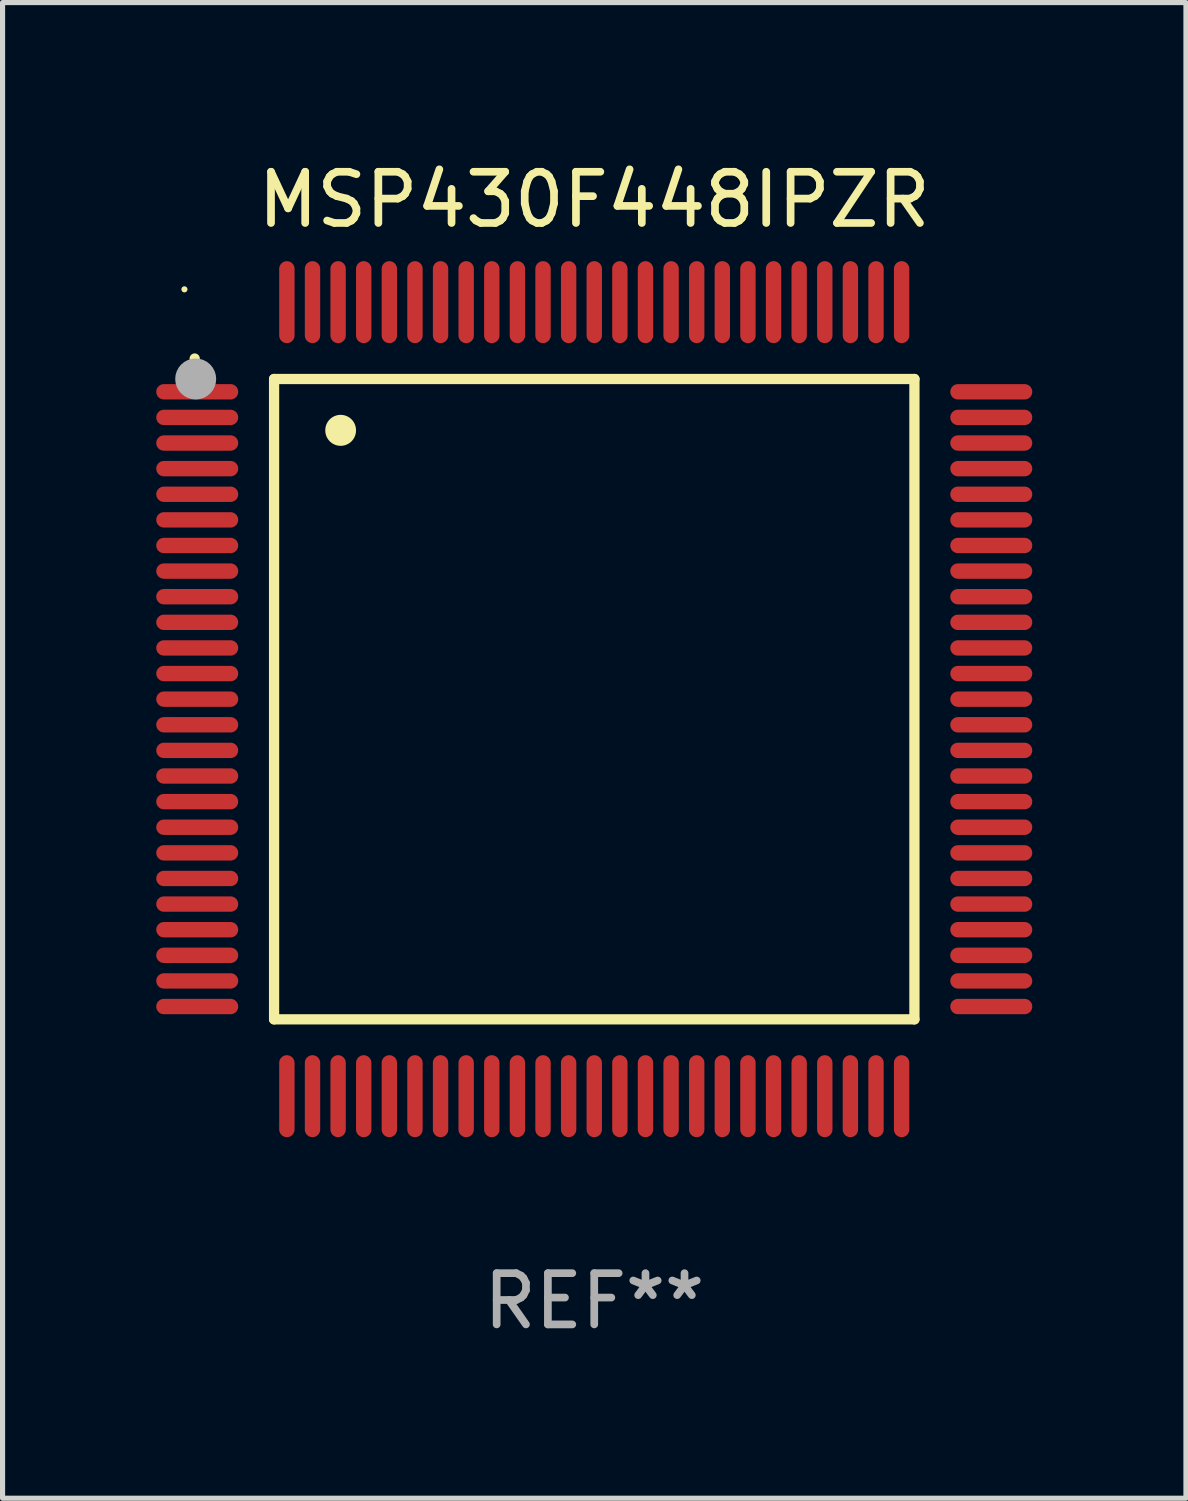
<source format=kicad_pcb>
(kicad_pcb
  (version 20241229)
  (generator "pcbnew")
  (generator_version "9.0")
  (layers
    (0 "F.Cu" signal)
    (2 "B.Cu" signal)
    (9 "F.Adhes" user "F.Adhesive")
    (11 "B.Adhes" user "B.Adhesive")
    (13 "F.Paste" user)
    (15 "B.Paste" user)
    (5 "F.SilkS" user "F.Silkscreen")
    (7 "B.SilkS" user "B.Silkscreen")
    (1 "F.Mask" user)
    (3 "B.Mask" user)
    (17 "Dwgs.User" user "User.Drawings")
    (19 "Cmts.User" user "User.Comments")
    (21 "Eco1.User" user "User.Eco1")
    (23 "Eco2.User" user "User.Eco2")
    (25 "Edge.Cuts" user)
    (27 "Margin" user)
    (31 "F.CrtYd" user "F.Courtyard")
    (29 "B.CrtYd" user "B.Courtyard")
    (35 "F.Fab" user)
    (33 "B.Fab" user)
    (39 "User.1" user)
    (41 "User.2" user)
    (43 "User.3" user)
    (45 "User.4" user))
  (footprint "MSP430F448IPZR"
    (layer "F.Cu")
    (at 8.55 10.598)
    (property "Reference" "MSP430F448IPZR" (at 0 -9.75 0) (layer "F.SilkS") (effects (font (size 1 1) (thickness 0.15))))
    (attr through_hole)
    (fp_line (start -6.25 -6.25) (end -6.25 6.25) (stroke (width 0.2) (type solid)) (layer "F.SilkS"))
    (fp_line (start -6.25 6.25) (end 6.25 6.25) (stroke (width 0.2) (type solid)) (layer "F.SilkS"))
    (fp_line (start 6.25 -6.25) (end -6.25 -6.25) (stroke (width 0.2) (type solid)) (layer "F.SilkS"))
    (fp_line (start 6.25 6.25) (end 6.25 -6.25) (stroke (width 0.2) (type solid)) (layer "F.SilkS"))
    (fp_arc (start -7.799568 -6.647625) (mid -7.799571 -6.648463) (end -7.799568 -6.649301) (stroke (width 0.2) (type solid)) (layer "F.SilkS"))
    (fp_arc (start -4.95047 -5.245111) (mid -4.950481 -5.247651) (end -4.95047 -5.250191) (stroke (width 0.6) (type solid)) (layer "F.SilkS"))
    (fp_circle (center -8 -8) (end -7.97 -8) (stroke (width 0.06) (type solid)) (fill no) (layer "F.SilkS"))
    (fp_circle (center -7.78 -6.25) (end -7.58 -6.25) (stroke (width 0.4) (type solid)) (fill no) (layer "F.Fab"))
    (fp_text user "REF**" (at 0 11.75 0) (layer "F.Fab") (effects (font (size 1 1) (thickness 0.15))))
    (pad "1" smd oval (at -7.75 -6 90) (size 0.3 1.6) (layers "F.Cu" "F.Mask" "F.Paste"))
    (pad "2" smd oval (at -7.75 -5.5 90) (size 0.3 1.6) (layers "F.Cu" "F.Mask" "F.Paste"))
    (pad "3" smd oval (at -7.75 -5 90) (size 0.3 1.6) (layers "F.Cu" "F.Mask" "F.Paste"))
    (pad "4" smd oval (at -7.75 -4.5 90) (size 0.3 1.6) (layers "F.Cu" "F.Mask" "F.Paste"))
    (pad "5" smd oval (at -7.75 -4 90) (size 0.3 1.6) (layers "F.Cu" "F.Mask" "F.Paste"))
    (pad "6" smd oval (at -7.75 -3.5 90) (size 0.3 1.6) (layers "F.Cu" "F.Mask" "F.Paste"))
    (pad "7" smd oval (at -7.75 -3 90) (size 0.3 1.6) (layers "F.Cu" "F.Mask" "F.Paste"))
    (pad "8" smd oval (at -7.75 -2.5 90) (size 0.3 1.6) (layers "F.Cu" "F.Mask" "F.Paste"))
    (pad "9" smd oval (at -7.75 -2 90) (size 0.3 1.6) (layers "F.Cu" "F.Mask" "F.Paste"))
    (pad "10" smd oval (at -7.75 -1.5 90) (size 0.3 1.6) (layers "F.Cu" "F.Mask" "F.Paste"))
    (pad "11" smd oval (at -7.75 -1 90) (size 0.3 1.6) (layers "F.Cu" "F.Mask" "F.Paste"))
    (pad "12" smd oval (at -7.75 -0.5 90) (size 0.3 1.6) (layers "F.Cu" "F.Mask" "F.Paste"))
    (pad "13" smd oval (at -7.75 0 90) (size 0.3 1.6) (layers "F.Cu" "F.Mask" "F.Paste"))
    (pad "14" smd oval (at -7.75 0.5 90) (size 0.3 1.6) (layers "F.Cu" "F.Mask" "F.Paste"))
    (pad "15" smd oval (at -7.75 1 90) (size 0.3 1.6) (layers "F.Cu" "F.Mask" "F.Paste"))
    (pad "16" smd oval (at -7.75 1.5 90) (size 0.3 1.6) (layers "F.Cu" "F.Mask" "F.Paste"))
    (pad "17" smd oval (at -7.75 2 90) (size 0.3 1.6) (layers "F.Cu" "F.Mask" "F.Paste"))
    (pad "18" smd oval (at -7.75 2.5 90) (size 0.3 1.6) (layers "F.Cu" "F.Mask" "F.Paste"))
    (pad "19" smd oval (at -7.75 3 90) (size 0.3 1.6) (layers "F.Cu" "F.Mask" "F.Paste"))
    (pad "20" smd oval (at -7.75 3.5 90) (size 0.3 1.6) (layers "F.Cu" "F.Mask" "F.Paste"))
    (pad "21" smd oval (at -7.75 4 90) (size 0.3 1.6) (layers "F.Cu" "F.Mask" "F.Paste"))
    (pad "22" smd oval (at -7.75 4.5 90) (size 0.3 1.6) (layers "F.Cu" "F.Mask" "F.Paste"))
    (pad "23" smd oval (at -7.75 5 90) (size 0.3 1.6) (layers "F.Cu" "F.Mask" "F.Paste"))
    (pad "24" smd oval (at -7.75 5.5 90) (size 0.3 1.6) (layers "F.Cu" "F.Mask" "F.Paste"))
    (pad "25" smd oval (at -7.75 6 90) (size 0.3 1.6) (layers "F.Cu" "F.Mask" "F.Paste"))
    (pad "26" smd oval (at -6 7.75) (size 0.3 1.6) (layers "F.Cu" "F.Mask" "F.Paste"))
    (pad "27" smd oval (at -5.5 7.75) (size 0.3 1.6) (layers "F.Cu" "F.Mask" "F.Paste"))
    (pad "28" smd oval (at -5 7.75) (size 0.3 1.6) (layers "F.Cu" "F.Mask" "F.Paste"))
    (pad "29" smd oval (at -4.5 7.75) (size 0.3 1.6) (layers "F.Cu" "F.Mask" "F.Paste"))
    (pad "30" smd oval (at -4 7.75) (size 0.3 1.6) (layers "F.Cu" "F.Mask" "F.Paste"))
    (pad "31" smd oval (at -3.5 7.75) (size 0.3 1.6) (layers "F.Cu" "F.Mask" "F.Paste"))
    (pad "32" smd oval (at -3 7.75) (size 0.3 1.6) (layers "F.Cu" "F.Mask" "F.Paste"))
    (pad "33" smd oval (at -2.5 7.75) (size 0.3 1.6) (layers "F.Cu" "F.Mask" "F.Paste"))
    (pad "34" smd oval (at -2 7.75) (size 0.3 1.6) (layers "F.Cu" "F.Mask" "F.Paste"))
    (pad "35" smd oval (at -1.5 7.75) (size 0.3 1.6) (layers "F.Cu" "F.Mask" "F.Paste"))
    (pad "36" smd oval (at -1 7.75) (size 0.3 1.6) (layers "F.Cu" "F.Mask" "F.Paste"))
    (pad "37" smd oval (at -0.5 7.75) (size 0.3 1.6) (layers "F.Cu" "F.Mask" "F.Paste"))
    (pad "38" smd oval (at 0 7.75) (size 0.3 1.6) (layers "F.Cu" "F.Mask" "F.Paste"))
    (pad "39" smd oval (at 0.5 7.75) (size 0.3 1.6) (layers "F.Cu" "F.Mask" "F.Paste"))
    (pad "40" smd oval (at 1 7.75) (size 0.3 1.6) (layers "F.Cu" "F.Mask" "F.Paste"))
    (pad "41" smd oval (at 1.5 7.75) (size 0.3 1.6) (layers "F.Cu" "F.Mask" "F.Paste"))
    (pad "42" smd oval (at 2 7.75) (size 0.3 1.6) (layers "F.Cu" "F.Mask" "F.Paste"))
    (pad "43" smd oval (at 2.5 7.75) (size 0.3 1.6) (layers "F.Cu" "F.Mask" "F.Paste"))
    (pad "44" smd oval (at 3 7.75) (size 0.3 1.6) (layers "F.Cu" "F.Mask" "F.Paste"))
    (pad "45" smd oval (at 3.5 7.75) (size 0.3 1.6) (layers "F.Cu" "F.Mask" "F.Paste"))
    (pad "46" smd oval (at 4 7.75) (size 0.3 1.6) (layers "F.Cu" "F.Mask" "F.Paste"))
    (pad "47" smd oval (at 4.5 7.75) (size 0.3 1.6) (layers "F.Cu" "F.Mask" "F.Paste"))
    (pad "48" smd oval (at 5 7.75) (size 0.3 1.6) (layers "F.Cu" "F.Mask" "F.Paste"))
    (pad "49" smd oval (at 5.5 7.75) (size 0.3 1.6) (layers "F.Cu" "F.Mask" "F.Paste"))
    (pad "50" smd oval (at 6 7.75) (size 0.3 1.6) (layers "F.Cu" "F.Mask" "F.Paste"))
    (pad "51" smd oval (at 7.75 6 90) (size 0.3 1.6) (layers "F.Cu" "F.Mask" "F.Paste"))
    (pad "52" smd oval (at 7.75 5.5 90) (size 0.3 1.6) (layers "F.Cu" "F.Mask" "F.Paste"))
    (pad "53" smd oval (at 7.75 5 90) (size 0.3 1.6) (layers "F.Cu" "F.Mask" "F.Paste"))
    (pad "54" smd oval (at 7.75 4.5 90) (size 0.3 1.6) (layers "F.Cu" "F.Mask" "F.Paste"))
    (pad "55" smd oval (at 7.75 4 90) (size 0.3 1.6) (layers "F.Cu" "F.Mask" "F.Paste"))
    (pad "56" smd oval (at 7.75 3.5 90) (size 0.3 1.6) (layers "F.Cu" "F.Mask" "F.Paste"))
    (pad "57" smd oval (at 7.75 3 90) (size 0.3 1.6) (layers "F.Cu" "F.Mask" "F.Paste"))
    (pad "58" smd oval (at 7.75 2.5 90) (size 0.3 1.6) (layers "F.Cu" "F.Mask" "F.Paste"))
    (pad "59" smd oval (at 7.75 2 90) (size 0.3 1.6) (layers "F.Cu" "F.Mask" "F.Paste"))
    (pad "60" smd oval (at 7.75 1.5 90) (size 0.3 1.6) (layers "F.Cu" "F.Mask" "F.Paste"))
    (pad "61" smd oval (at 7.75 1 90) (size 0.3 1.6) (layers "F.Cu" "F.Mask" "F.Paste"))
    (pad "62" smd oval (at 7.75 0.5 90) (size 0.3 1.6) (layers "F.Cu" "F.Mask" "F.Paste"))
    (pad "63" smd oval (at 7.75 0 90) (size 0.3 1.6) (layers "F.Cu" "F.Mask" "F.Paste"))
    (pad "64" smd oval (at 7.75 -0.5 90) (size 0.3 1.6) (layers "F.Cu" "F.Mask" "F.Paste"))
    (pad "65" smd oval (at 7.75 -1 90) (size 0.3 1.6) (layers "F.Cu" "F.Mask" "F.Paste"))
    (pad "66" smd oval (at 7.75 -1.5 90) (size 0.3 1.6) (layers "F.Cu" "F.Mask" "F.Paste"))
    (pad "67" smd oval (at 7.75 -2 90) (size 0.3 1.6) (layers "F.Cu" "F.Mask" "F.Paste"))
    (pad "68" smd oval (at 7.75 -2.5 90) (size 0.3 1.6) (layers "F.Cu" "F.Mask" "F.Paste"))
    (pad "69" smd oval (at 7.75 -3 90) (size 0.3 1.6) (layers "F.Cu" "F.Mask" "F.Paste"))
    (pad "70" smd oval (at 7.75 -3.5 90) (size 0.3 1.6) (layers "F.Cu" "F.Mask" "F.Paste"))
    (pad "71" smd oval (at 7.75 -4 90) (size 0.3 1.6) (layers "F.Cu" "F.Mask" "F.Paste"))
    (pad "72" smd oval (at 7.75 -4.5 90) (size 0.3 1.6) (layers "F.Cu" "F.Mask" "F.Paste"))
    (pad "73" smd oval (at 7.75 -5 90) (size 0.3 1.6) (layers "F.Cu" "F.Mask" "F.Paste"))
    (pad "74" smd oval (at 7.75 -5.5 90) (size 0.3 1.6) (layers "F.Cu" "F.Mask" "F.Paste"))
    (pad "75" smd oval (at 7.75 -6 90) (size 0.3 1.6) (layers "F.Cu" "F.Mask" "F.Paste"))
    (pad "76" smd oval (at 6 -7.75) (size 0.3 1.6) (layers "F.Cu" "F.Mask" "F.Paste"))
    (pad "77" smd oval (at 5.5 -7.75) (size 0.3 1.6) (layers "F.Cu" "F.Mask" "F.Paste"))
    (pad "78" smd oval (at 5 -7.75) (size 0.3 1.6) (layers "F.Cu" "F.Mask" "F.Paste"))
    (pad "79" smd oval (at 4.5 -7.75) (size 0.3 1.6) (layers "F.Cu" "F.Mask" "F.Paste"))
    (pad "80" smd oval (at 4 -7.75) (size 0.3 1.6) (layers "F.Cu" "F.Mask" "F.Paste"))
    (pad "81" smd oval (at 3.5 -7.75) (size 0.3 1.6) (layers "F.Cu" "F.Mask" "F.Paste"))
    (pad "82" smd oval (at 3 -7.75) (size 0.3 1.6) (layers "F.Cu" "F.Mask" "F.Paste"))
    (pad "83" smd oval (at 2.5 -7.75) (size 0.3 1.6) (layers "F.Cu" "F.Mask" "F.Paste"))
    (pad "84" smd oval (at 2 -7.75) (size 0.3 1.6) (layers "F.Cu" "F.Mask" "F.Paste"))
    (pad "85" smd oval (at 1.5 -7.75) (size 0.3 1.6) (layers "F.Cu" "F.Mask" "F.Paste"))
    (pad "86" smd oval (at 1 -7.75) (size 0.3 1.6) (layers "F.Cu" "F.Mask" "F.Paste"))
    (pad "87" smd oval (at 0.5 -7.75) (size 0.3 1.6) (layers "F.Cu" "F.Mask" "F.Paste"))
    (pad "88" smd oval (at 0 -7.75) (size 0.3 1.6) (layers "F.Cu" "F.Mask" "F.Paste"))
    (pad "89" smd oval (at -0.5 -7.75) (size 0.3 1.6) (layers "F.Cu" "F.Mask" "F.Paste"))
    (pad "90" smd oval (at -1 -7.75) (size 0.3 1.6) (layers "F.Cu" "F.Mask" "F.Paste"))
    (pad "91" smd oval (at -1.5 -7.75) (size 0.3 1.6) (layers "F.Cu" "F.Mask" "F.Paste"))
    (pad "92" smd oval (at -2 -7.75) (size 0.3 1.6) (layers "F.Cu" "F.Mask" "F.Paste"))
    (pad "93" smd oval (at -2.5 -7.75) (size 0.3 1.6) (layers "F.Cu" "F.Mask" "F.Paste"))
    (pad "94" smd oval (at -3 -7.75) (size 0.3 1.6) (layers "F.Cu" "F.Mask" "F.Paste"))
    (pad "95" smd oval (at -3.5 -7.75) (size 0.3 1.6) (layers "F.Cu" "F.Mask" "F.Paste"))
    (pad "96" smd oval (at -4 -7.75) (size 0.3 1.6) (layers "F.Cu" "F.Mask" "F.Paste"))
    (pad "97" smd oval (at -4.5 -7.75) (size 0.3 1.6) (layers "F.Cu" "F.Mask" "F.Paste"))
    (pad "98" smd oval (at -5 -7.75) (size 0.3 1.6) (layers "F.Cu" "F.Mask" "F.Paste"))
    (pad "99" smd oval (at -5.5 -7.75) (size 0.3 1.6) (layers "F.Cu" "F.Mask" "F.Paste"))
    (pad "100" smd oval (at -6 -7.75) (size 0.3 1.6) (layers "F.Cu" "F.Mask" "F.Paste")))
  (gr_rect
    (start -3 -3)
    (end 20.1 26.196)
    (stroke (width 0.1) (type default))
    (fill no)
    (layer "Edge.Cuts")))
</source>
